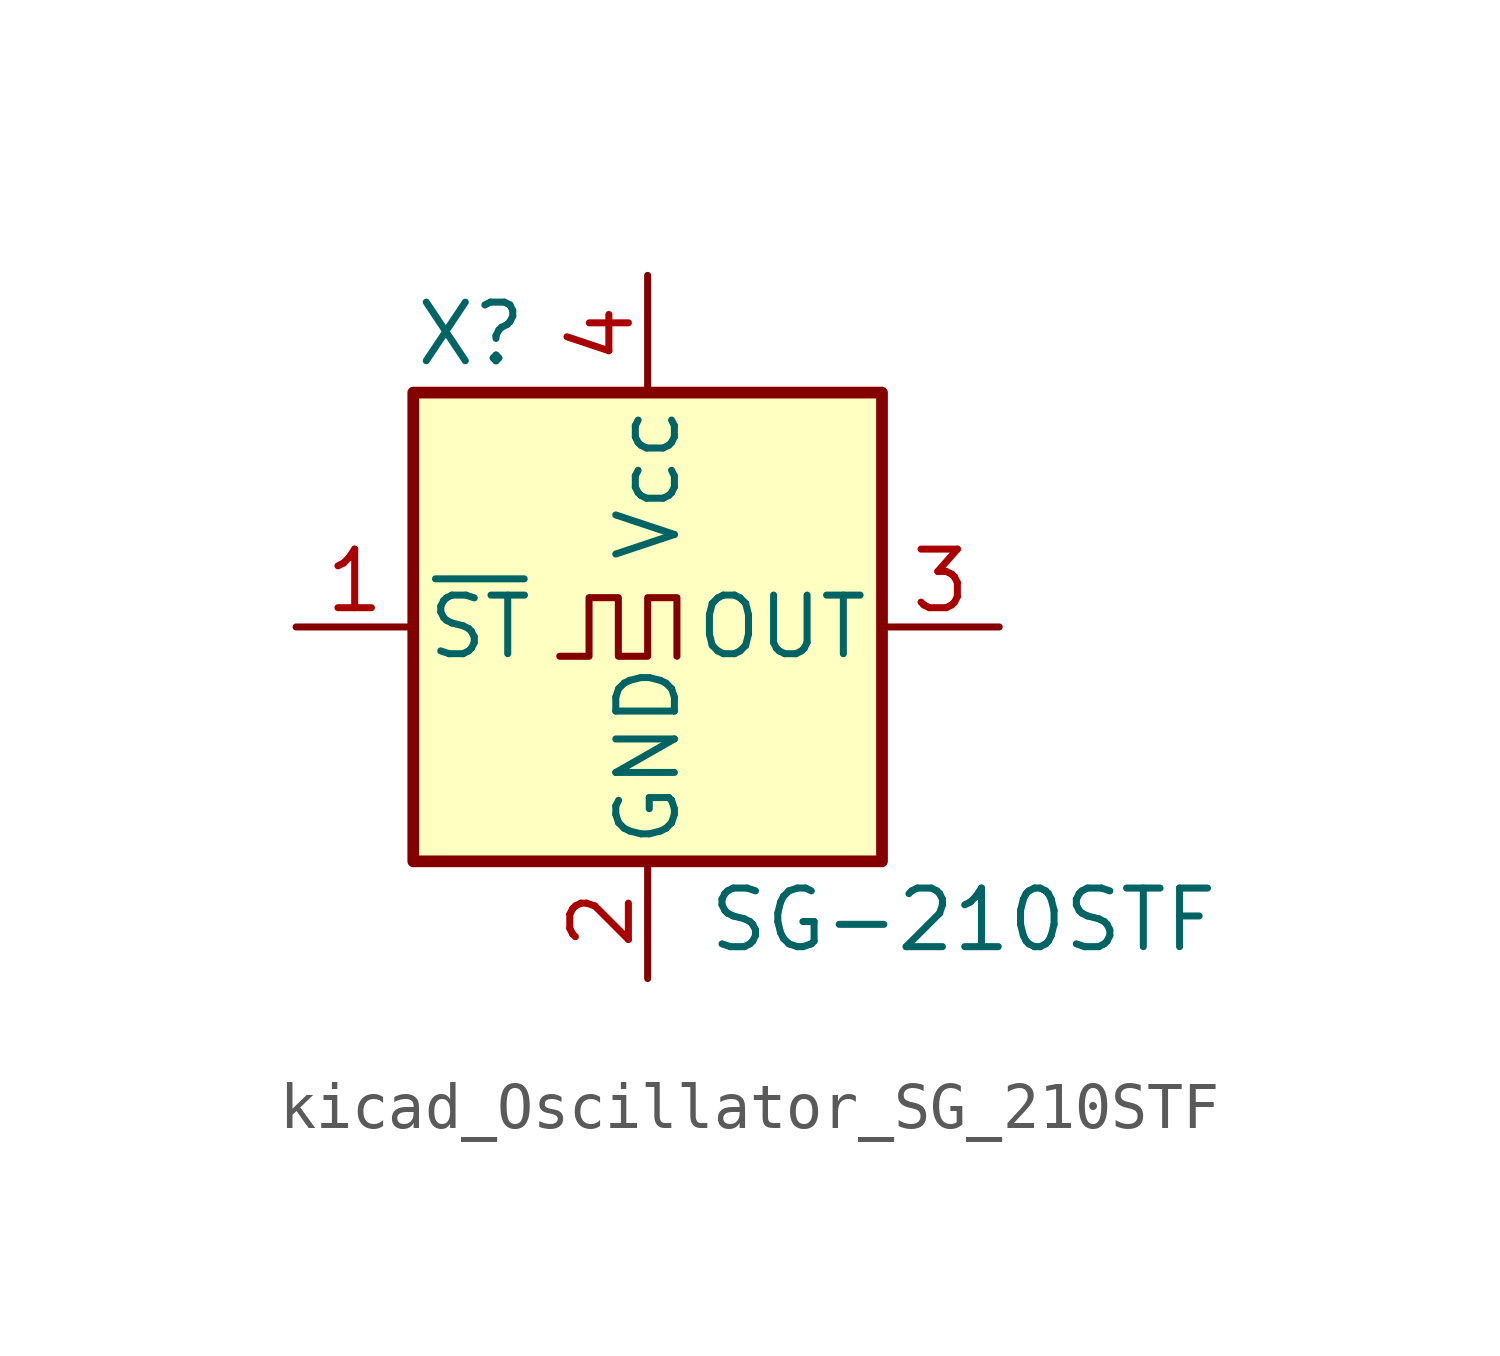
<source format=kicad_sym>
(kicad_symbol_lib
  (version 20220914)
  (generator kicad_symbol_editor)
  (symbol "kicad_Oscillator_SG_210STF"
    (pin_names
      (offset 0.254))
    (property "Reference" "X"
      (at -5.08 6.35 0)
      (effects (font (size 1.27 1.27)) (justify left)))
    (property "Value" "SG-210STF"
      (at 1.27 -6.35 0)
      (effects (font (size 1.27 1.27)) (justify left)))
    (symbol "kicad_Oscillator_SG_210STF_0_1"
      (rectangle (start -5.08 5.08) (end 5.08 -5.08) (stroke (width 0.254) (type default)) (fill (type background)))
      (polyline (pts (xy -1.905 -0.635) (xy -1.27 -0.635) (xy -1.27 0.635) (xy -0.635 0.635) (xy -0.635 -0.635) (xy 0 -0.635) (xy 0 0.635) (xy 0.635 0.635) (xy 0.635 -0.635)) (stroke (width 0) (type default)) (fill (type none))))
    (symbol "kicad_Oscillator_SG_210STF_1_1"
      (pin input line (at -7.62 0 0) (length 2.54) (name "~{ST}" (effects (font (size 1.27 1.27)))) (number "1" (effects (font (size 1.27 1.27)))))
      (pin power_in line (at 0 -7.62 90) (length 2.54) (name "GND" (effects (font (size 1.27 1.27)))) (number "2" (effects (font (size 1.27 1.27)))))
      (pin output line (at 7.62 0 180) (length 2.54) (name "OUT" (effects (font (size 1.27 1.27)))) (number "3" (effects (font (size 1.27 1.27)))))
      (pin power_in line (at 0 7.62 270) (length 2.54) (name "Vcc" (effects (font (size 1.27 1.27)))) (number "4" (effects (font (size 1.27 1.27))))))))
</source>
